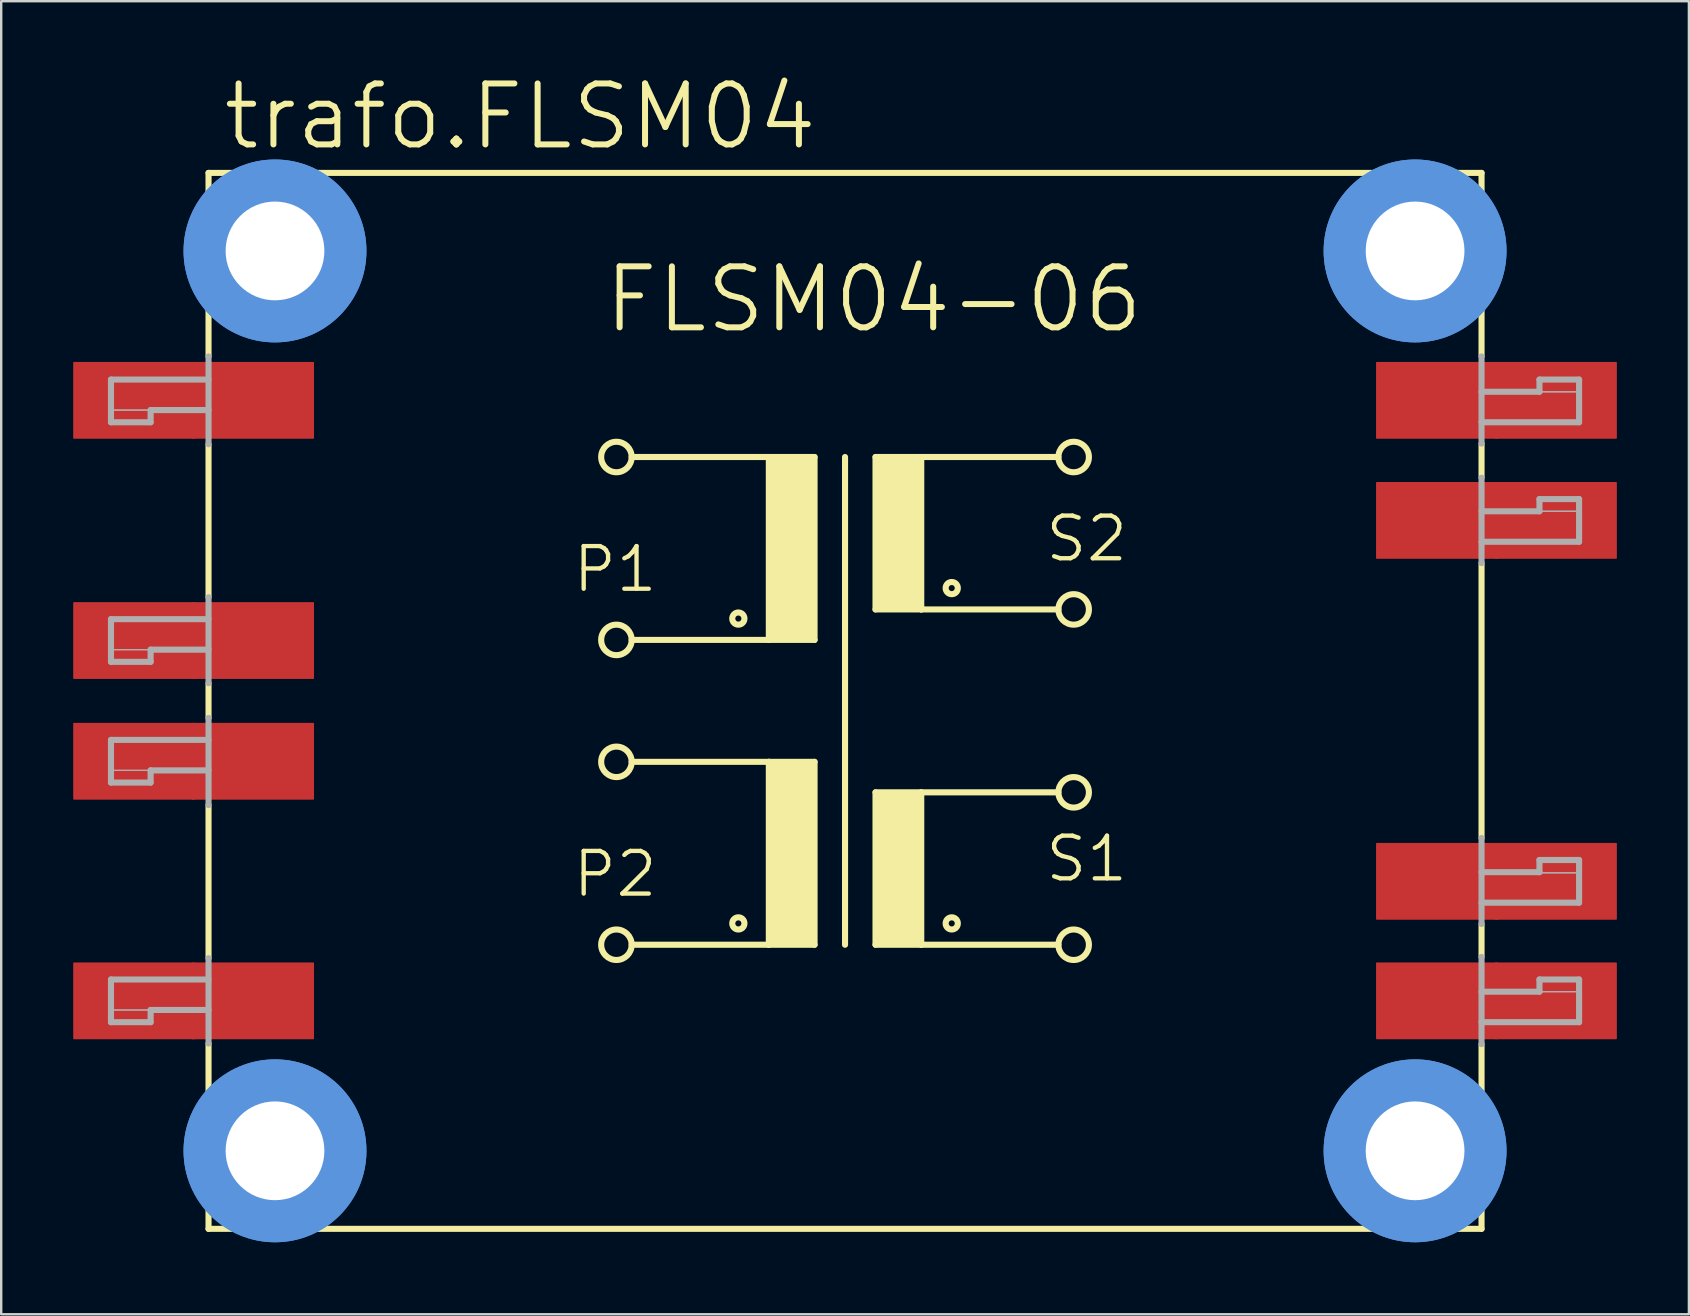
<source format=kicad_pcb>
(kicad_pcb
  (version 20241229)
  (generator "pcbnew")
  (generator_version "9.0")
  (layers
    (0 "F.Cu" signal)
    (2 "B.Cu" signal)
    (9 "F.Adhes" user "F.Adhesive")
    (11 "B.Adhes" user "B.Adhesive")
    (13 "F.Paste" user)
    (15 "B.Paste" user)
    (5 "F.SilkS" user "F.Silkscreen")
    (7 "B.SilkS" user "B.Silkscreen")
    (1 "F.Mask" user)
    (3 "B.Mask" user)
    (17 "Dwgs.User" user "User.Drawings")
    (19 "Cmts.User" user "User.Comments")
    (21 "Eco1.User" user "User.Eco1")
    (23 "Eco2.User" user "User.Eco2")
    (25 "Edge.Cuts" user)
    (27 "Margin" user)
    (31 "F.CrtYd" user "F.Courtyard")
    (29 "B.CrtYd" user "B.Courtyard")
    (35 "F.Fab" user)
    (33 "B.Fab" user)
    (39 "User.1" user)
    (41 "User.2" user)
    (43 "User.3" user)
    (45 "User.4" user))
  (footprint "trafo.FLSM04"
    (layer "F.Cu")
    (at 32.156 26.15)
    (property "Reference" "trafo.FLSM04" (at -26.035 -22.86 0) (layer "F.SilkS") (effects (font (size 2.54 2.54) (thickness 0.25)) (justify left bottom)))
    (attr smd)
    (fp_line (start -26.518 -14.351) (end -26.518 -21.996) (stroke (width 0.254) (type default)) (layer "F.SilkS"))
    (fp_line (start -26.518 -4.318) (end -26.518 -10.693) (stroke (width 0.254) (type default)) (layer "F.SilkS"))
    (fp_line (start -26.518 0.711) (end -26.518 -0.737) (stroke (width 0.254) (type default)) (layer "F.SilkS"))
    (fp_line (start -26.518 10.719) (end -26.518 4.343) (stroke (width 0.254) (type default)) (layer "F.SilkS"))
    (fp_line (start -26.518 21.996) (end -26.518 14.275) (stroke (width 0.254) (type default)) (layer "F.SilkS"))
    (fp_line (start -26.518 21.996) (end 26.518 21.996) (stroke (width 0.254) (type default)) (layer "F.SilkS"))
    (fp_line (start -8.89 -10.16) (end -3.175 -10.16) (stroke (width 0.254) (type default)) (layer "F.SilkS"))
    (fp_line (start -8.89 2.54) (end -3.175 2.54) (stroke (width 0.254) (type default)) (layer "F.SilkS"))
    (fp_line (start -3.175 -10.16) (end -3.175 -2.54) (stroke (width 0.254) (type default)) (layer "F.SilkS"))
    (fp_line (start -3.175 -10.16) (end -1.27 -10.16) (stroke (width 0.254) (type default)) (layer "F.SilkS"))
    (fp_line (start -3.175 -2.54) (end -8.89 -2.54) (stroke (width 0.254) (type default)) (layer "F.SilkS"))
    (fp_line (start -3.175 2.54) (end -3.175 10.16) (stroke (width 0.254) (type default)) (layer "F.SilkS"))
    (fp_line (start -3.175 2.54) (end -1.27 2.54) (stroke (width 0.254) (type default)) (layer "F.SilkS"))
    (fp_line (start -3.175 10.16) (end -8.89 10.16) (stroke (width 0.254) (type default)) (layer "F.SilkS"))
    (fp_line (start -1.27 -10.16) (end -1.27 -2.54) (stroke (width 0.254) (type default)) (layer "F.SilkS"))
    (fp_line (start -1.27 -2.54) (end -3.175 -2.54) (stroke (width 0.254) (type default)) (layer "F.SilkS"))
    (fp_line (start -1.27 2.54) (end -1.27 10.16) (stroke (width 0.254) (type default)) (layer "F.SilkS"))
    (fp_line (start -1.27 10.16) (end -3.175 10.16) (stroke (width 0.254) (type default)) (layer "F.SilkS"))
    (fp_line (start 0 -10.16) (end 0 10.16) (stroke (width 0.254) (type default)) (layer "F.SilkS"))
    (fp_line (start 1.27 -10.16) (end 1.27 -3.81) (stroke (width 0.254) (type default)) (layer "F.SilkS"))
    (fp_line (start 1.27 -10.16) (end 3.175 -10.16) (stroke (width 0.254) (type default)) (layer "F.SilkS"))
    (fp_line (start 1.27 -3.81) (end 3.175 -3.81) (stroke (width 0.254) (type default)) (layer "F.SilkS"))
    (fp_line (start 1.27 3.81) (end 1.27 10.16) (stroke (width 0.254) (type default)) (layer "F.SilkS"))
    (fp_line (start 1.27 3.81) (end 3.175 3.81) (stroke (width 0.254) (type default)) (layer "F.SilkS"))
    (fp_line (start 1.27 10.16) (end 3.175 10.16) (stroke (width 0.254) (type default)) (layer "F.SilkS"))
    (fp_line (start 3.175 -10.16) (end 8.89 -10.16) (stroke (width 0.254) (type default)) (layer "F.SilkS"))
    (fp_line (start 3.175 -3.81) (end 3.175 -10.16) (stroke (width 0.254) (type default)) (layer "F.SilkS"))
    (fp_line (start 3.175 -3.81) (end 8.89 -3.81) (stroke (width 0.254) (type default)) (layer "F.SilkS"))
    (fp_line (start 3.175 3.81) (end 8.89 3.81) (stroke (width 0.254) (type default)) (layer "F.SilkS"))
    (fp_line (start 3.175 10.16) (end 3.175 3.81) (stroke (width 0.254) (type default)) (layer "F.SilkS"))
    (fp_line (start 3.175 10.16) (end 8.89 10.16) (stroke (width 0.254) (type default)) (layer "F.SilkS"))
    (fp_line (start 26.518 -21.996) (end -26.518 -21.996) (stroke (width 0.254) (type default)) (layer "F.SilkS"))
    (fp_line (start 26.518 -21.996) (end 26.518 -14.351) (stroke (width 0.254) (type default)) (layer "F.SilkS"))
    (fp_line (start 26.518 -10.719) (end 26.518 -9.296) (stroke (width 0.254) (type default)) (layer "F.SilkS"))
    (fp_line (start 26.518 -5.74) (end 26.518 5.715) (stroke (width 0.254) (type default)) (layer "F.SilkS"))
    (fp_line (start 26.518 9.296) (end 26.518 10.668) (stroke (width 0.254) (type default)) (layer "F.SilkS"))
    (fp_line (start 26.518 14.3) (end 26.518 21.996) (stroke (width 0.254) (type default)) (layer "F.SilkS"))
    (fp_rect (start -3.175 -2.54) (end -1.27 -10.16) (stroke (width 0.05) (type default)) (fill yes) (layer "F.SilkS"))
    (fp_rect (start -3.175 10.16) (end -1.27 2.54) (stroke (width 0.05) (type default)) (fill yes) (layer "F.SilkS"))
    (fp_rect (start 1.27 -3.81) (end 3.175 -10.16) (stroke (width 0.05) (type default)) (fill yes) (layer "F.SilkS"))
    (fp_rect (start 1.27 10.16) (end 3.175 3.81) (stroke (width 0.05) (type default)) (fill yes) (layer "F.SilkS"))
    (fp_circle (center -9.525 -10.16) (end -8.89 -10.16) (stroke (width 0.254) (type default)) (fill no) (layer "F.SilkS"))
    (fp_circle (center -9.525 -2.54) (end -8.89 -2.54) (stroke (width 0.254) (type default)) (fill no) (layer "F.SilkS"))
    (fp_circle (center -9.525 2.54) (end -8.89 2.54) (stroke (width 0.254) (type default)) (fill no) (layer "F.SilkS"))
    (fp_circle (center -9.525 10.16) (end -8.89 10.16) (stroke (width 0.254) (type default)) (fill no) (layer "F.SilkS"))
    (fp_circle (center -4.445 -3.429) (end -4.191 -3.429) (stroke (width 0.254) (type default)) (fill no) (layer "F.SilkS"))
    (fp_circle (center -4.445 9.271) (end -4.191 9.271) (stroke (width 0.254) (type default)) (fill no) (layer "F.SilkS"))
    (fp_circle (center 4.445 -4.699) (end 4.699 -4.699) (stroke (width 0.254) (type default)) (fill no) (layer "F.SilkS"))
    (fp_circle (center 4.445 9.271) (end 4.699 9.271) (stroke (width 0.254) (type default)) (fill no) (layer "F.SilkS"))
    (fp_circle (center 9.525 -10.16) (end 10.16 -10.16) (stroke (width 0.254) (type default)) (fill no) (layer "F.SilkS"))
    (fp_circle (center 9.525 -3.81) (end 10.16 -3.81) (stroke (width 0.254) (type default)) (fill no) (layer "F.SilkS"))
    (fp_circle (center 9.525 3.81) (end 10.16 3.81) (stroke (width 0.254) (type default)) (fill no) (layer "F.SilkS"))
    (fp_circle (center 9.525 10.16) (end 10.16 10.16) (stroke (width 0.254) (type default)) (fill no) (layer "F.SilkS"))
    (fp_circle (center -23.749 -18.745) (end -20.828 -18.745) (stroke (width 1.778) (type default)) (fill no) (layer "Cmts.User"))
    (fp_circle (center -23.749 -18.745) (end -20.828 -18.745) (stroke (width 1.778) (type default)) (fill no) (layer "Cmts.User"))
    (fp_circle (center -23.749 18.745) (end -20.828 18.745) (stroke (width 1.778) (type default)) (fill no) (layer "Cmts.User"))
    (fp_circle (center -23.749 18.745) (end -20.828 18.745) (stroke (width 1.778) (type default)) (fill no) (layer "Cmts.User"))
    (fp_circle (center 23.749 -18.745) (end 26.67 -18.745) (stroke (width 1.778) (type default)) (fill no) (layer "Cmts.User"))
    (fp_circle (center 23.749 -18.745) (end 26.67 -18.745) (stroke (width 1.778) (type default)) (fill no) (layer "Cmts.User"))
    (fp_circle (center 23.749 18.745) (end 26.67 18.745) (stroke (width 1.778) (type default)) (fill no) (layer "Cmts.User"))
    (fp_circle (center 23.749 18.745) (end 26.67 18.745) (stroke (width 1.778) (type default)) (fill no) (layer "Cmts.User"))
    (fp_line (start -30.582 -11.608) (end -30.582 -13.386) (stroke (width 0.254) (type default)) (layer "F.Fab"))
    (fp_line (start -30.582 -11.608) (end -28.931 -11.608) (stroke (width 0.254) (type default)) (layer "F.Fab"))
    (fp_line (start -30.582 -1.626) (end -30.582 -3.404) (stroke (width 0.254) (type default)) (layer "F.Fab"))
    (fp_line (start -30.582 -1.626) (end -28.931 -1.626) (stroke (width 0.254) (type default)) (layer "F.Fab"))
    (fp_line (start -30.582 3.404) (end -30.582 1.626) (stroke (width 0.254) (type default)) (layer "F.Fab"))
    (fp_line (start -30.582 3.404) (end -28.931 3.404) (stroke (width 0.254) (type default)) (layer "F.Fab"))
    (fp_line (start -30.582 13.386) (end -30.582 11.608) (stroke (width 0.254) (type default)) (layer "F.Fab"))
    (fp_line (start -30.582 13.386) (end -28.931 13.386) (stroke (width 0.254) (type default)) (layer "F.Fab"))
    (fp_line (start -28.931 -12.116) (end -28.931 -11.608) (stroke (width 0.254) (type default)) (layer "F.Fab"))
    (fp_line (start -28.931 -12.116) (end -26.518 -12.116) (stroke (width 0.254) (type default)) (layer "F.Fab"))
    (fp_line (start -28.931 -2.134) (end -28.931 -1.626) (stroke (width 0.254) (type default)) (layer "F.Fab"))
    (fp_line (start -28.931 -2.134) (end -26.518 -2.134) (stroke (width 0.254) (type default)) (layer "F.Fab"))
    (fp_line (start -28.931 2.896) (end -28.931 3.404) (stroke (width 0.254) (type default)) (layer "F.Fab"))
    (fp_line (start -28.931 2.896) (end -26.518 2.896) (stroke (width 0.254) (type default)) (layer "F.Fab"))
    (fp_line (start -28.931 12.878) (end -28.931 13.386) (stroke (width 0.254) (type default)) (layer "F.Fab"))
    (fp_line (start -28.931 12.878) (end -26.518 12.878) (stroke (width 0.254) (type default)) (layer "F.Fab"))
    (fp_line (start -26.518 -13.386) (end -30.582 -13.386) (stroke (width 0.254) (type default)) (layer "F.Fab"))
    (fp_line (start -26.518 -10.693) (end -26.518 -14.351) (stroke (width 0.254) (type default)) (layer "F.Fab"))
    (fp_line (start -26.518 -3.404) (end -30.582 -3.404) (stroke (width 0.254) (type default)) (layer "F.Fab"))
    (fp_line (start -26.518 -0.737) (end -26.518 -4.318) (stroke (width 0.254) (type default)) (layer "F.Fab"))
    (fp_line (start -26.518 1.626) (end -30.582 1.626) (stroke (width 0.254) (type default)) (layer "F.Fab"))
    (fp_line (start -26.518 4.343) (end -26.518 0.711) (stroke (width 0.254) (type default)) (layer "F.Fab"))
    (fp_line (start -26.518 11.608) (end -30.582 11.608) (stroke (width 0.254) (type default)) (layer "F.Fab"))
    (fp_line (start -26.518 14.275) (end -26.518 10.719) (stroke (width 0.254) (type default)) (layer "F.Fab"))
    (fp_line (start 26.518 -14.351) (end 26.518 -10.719) (stroke (width 0.254) (type default)) (layer "F.Fab"))
    (fp_line (start 26.518 -11.608) (end 30.582 -11.608) (stroke (width 0.254) (type default)) (layer "F.Fab"))
    (fp_line (start 26.518 -9.296) (end 26.518 -5.74) (stroke (width 0.254) (type default)) (layer "F.Fab"))
    (fp_line (start 26.518 -6.629) (end 30.582 -6.629) (stroke (width 0.254) (type default)) (layer "F.Fab"))
    (fp_line (start 26.518 5.715) (end 26.518 9.296) (stroke (width 0.254) (type default)) (layer "F.Fab"))
    (fp_line (start 26.518 8.407) (end 30.582 8.407) (stroke (width 0.254) (type default)) (layer "F.Fab"))
    (fp_line (start 26.518 10.668) (end 26.518 14.3) (stroke (width 0.254) (type default)) (layer "F.Fab"))
    (fp_line (start 26.518 13.386) (end 30.582 13.386) (stroke (width 0.254) (type default)) (layer "F.Fab"))
    (fp_line (start 28.931 -12.878) (end 26.518 -12.878) (stroke (width 0.254) (type default)) (layer "F.Fab"))
    (fp_line (start 28.931 -12.878) (end 28.931 -13.386) (stroke (width 0.254) (type default)) (layer "F.Fab"))
    (fp_line (start 28.931 -7.899) (end 26.518 -7.899) (stroke (width 0.254) (type default)) (layer "F.Fab"))
    (fp_line (start 28.931 -7.899) (end 28.931 -8.407) (stroke (width 0.254) (type default)) (layer "F.Fab"))
    (fp_line (start 28.931 7.137) (end 26.518 7.137) (stroke (width 0.254) (type default)) (layer "F.Fab"))
    (fp_line (start 28.931 7.137) (end 28.931 6.629) (stroke (width 0.254) (type default)) (layer "F.Fab"))
    (fp_line (start 28.931 12.116) (end 26.518 12.116) (stroke (width 0.254) (type default)) (layer "F.Fab"))
    (fp_line (start 28.931 12.116) (end 28.931 11.608) (stroke (width 0.254) (type default)) (layer "F.Fab"))
    (fp_line (start 30.582 -13.386) (end 28.931 -13.386) (stroke (width 0.254) (type default)) (layer "F.Fab"))
    (fp_line (start 30.582 -13.386) (end 30.582 -11.608) (stroke (width 0.254) (type default)) (layer "F.Fab"))
    (fp_line (start 30.582 -8.407) (end 28.931 -8.407) (stroke (width 0.254) (type default)) (layer "F.Fab"))
    (fp_line (start 30.582 -8.407) (end 30.582 -6.629) (stroke (width 0.254) (type default)) (layer "F.Fab"))
    (fp_line (start 30.582 6.629) (end 28.931 6.629) (stroke (width 0.254) (type default)) (layer "F.Fab"))
    (fp_line (start 30.582 6.629) (end 30.582 8.407) (stroke (width 0.254) (type default)) (layer "F.Fab"))
    (fp_line (start 30.582 11.608) (end 28.931 11.608) (stroke (width 0.254) (type default)) (layer "F.Fab"))
    (fp_line (start 30.582 11.608) (end 30.582 13.386) (stroke (width 0.254) (type default)) (layer "F.Fab"))
    (fp_rect (start -30.607 -1.626) (end -28.956 -2.134) (stroke (width 0.05) (type default)) (fill no) (layer "F.Fab"))
    (fp_rect (start -30.582 -12.116) (end -26.518 -13.386) (stroke (width 0.05) (type default)) (fill no) (layer "F.Fab"))
    (fp_rect (start -30.582 -11.608) (end -28.931 -12.116) (stroke (width 0.05) (type default)) (fill no) (layer "F.Fab"))
    (fp_rect (start -30.582 -2.134) (end -26.518 -3.404) (stroke (width 0.05) (type default)) (fill no) (layer "F.Fab"))
    (fp_rect (start -30.582 2.896) (end -26.518 1.626) (stroke (width 0.05) (type default)) (fill no) (layer "F.Fab"))
    (fp_rect (start -30.582 3.404) (end -28.931 2.896) (stroke (width 0.05) (type default)) (fill no) (layer "F.Fab"))
    (fp_rect (start -30.582 12.878) (end -26.518 11.608) (stroke (width 0.05) (type default)) (fill no) (layer "F.Fab"))
    (fp_rect (start -30.582 13.386) (end -28.931 12.878) (stroke (width 0.05) (type default)) (fill no) (layer "F.Fab"))
    (fp_rect (start 26.518 -11.608) (end 30.582 -12.878) (stroke (width 0.05) (type default)) (fill no) (layer "F.Fab"))
    (fp_rect (start 26.518 -6.629) (end 30.582 -7.899) (stroke (width 0.05) (type default)) (fill no) (layer "F.Fab"))
    (fp_rect (start 26.518 8.433) (end 30.582 7.163) (stroke (width 0.05) (type default)) (fill no) (layer "F.Fab"))
    (fp_rect (start 26.518 13.386) (end 30.582 12.116) (stroke (width 0.05) (type default)) (fill no) (layer "F.Fab"))
    (fp_rect (start 28.931 -12.878) (end 30.582 -13.386) (stroke (width 0.05) (type default)) (fill no) (layer "F.Fab"))
    (fp_rect (start 28.931 -7.899) (end 30.582 -8.407) (stroke (width 0.05) (type default)) (fill no) (layer "F.Fab"))
    (fp_rect (start 28.931 7.163) (end 30.582 6.655) (stroke (width 0.05) (type default)) (fill no) (layer "F.Fab"))
    (fp_rect (start 28.931 12.116) (end 30.582 11.608) (stroke (width 0.05) (type default)) (fill no) (layer "F.Fab"))
    (fp_text user "P1" (at -11.43 -4.445 0) (layer "F.SilkS") (effects (font (size 1.778 1.778) (thickness 0.18)) (justify left bottom)))
    (fp_text user "FLSM04-06" (at -10.16 -15.24 0) (layer "F.SilkS") (effects (font (size 2.54 2.54) (thickness 0.25)) (justify left bottom)))
    (fp_text user "S1" (at 8.255 7.62 0) (layer "F.SilkS") (effects (font (size 1.778 1.778) (thickness 0.18)) (justify left bottom)))
    (fp_text user "P2" (at -11.43 8.255 0) (layer "F.SilkS") (effects (font (size 1.778 1.778) (thickness 0.18)) (justify left bottom)))
    (fp_text user "S2" (at 8.255 -5.715 0) (layer "F.SilkS") (effects (font (size 1.778 1.778) (thickness 0.18)) (justify left bottom)))
    (pad "" np_thru_hole circle (at -23.749 -18.745) (size 4.115 4.115) (drill 4.115) (layers "*.Cu" "*.Mask"))
    (pad "" np_thru_hole circle (at -23.749 18.745) (size 4.115 4.115) (drill 4.115) (layers "*.Cu" "*.Mask"))
    (pad "" np_thru_hole circle (at 23.749 -18.745) (size 4.115 4.115) (drill 4.115) (layers "*.Cu" "*.Mask"))
    (pad "" np_thru_hole circle (at 23.749 18.745) (size 4.115 4.115) (drill 4.115) (layers "*.Cu" "*.Mask"))
    (pad "1" smd roundrect (at -29.616 -12.522) (size 5.08 3.2) (layers "F.Cu" "F.Mask" "F.Paste") (roundrect_rratio 0.01))
    (pad "1A" smd roundrect (at -24.663 -12.522) (size 5.08 3.2) (layers "F.Cu" "F.Mask" "F.Paste") (roundrect_rratio 0.01))
    (pad "2" smd roundrect (at -29.616 -2.515) (size 5.08 3.2) (layers "F.Cu" "F.Mask" "F.Paste") (roundrect_rratio 0.01))
    (pad "2A" smd roundrect (at -24.663 -2.515) (size 5.08 3.2) (layers "F.Cu" "F.Mask" "F.Paste") (roundrect_rratio 0.01))
    (pad "3" smd roundrect (at -29.616 2.515) (size 5.08 3.2) (layers "F.Cu" "F.Mask" "F.Paste") (roundrect_rratio 0.01))
    (pad "3A" smd roundrect (at -24.663 2.515) (size 5.08 3.2) (layers "F.Cu" "F.Mask" "F.Paste") (roundrect_rratio 0.01))
    (pad "4" smd roundrect (at -29.616 12.497) (size 5.08 3.2) (layers "F.Cu" "F.Mask" "F.Paste") (roundrect_rratio 0.01))
    (pad "4A" smd roundrect (at -24.663 12.497) (size 5.08 3.2) (layers "F.Cu" "F.Mask" "F.Paste") (roundrect_rratio 0.01))
    (pad "5" smd roundrect (at 29.616 12.497) (size 5.08 3.2) (layers "F.Cu" "F.Mask" "F.Paste") (roundrect_rratio 0.01))
    (pad "5A" smd roundrect (at 24.663 12.497) (size 5.08 3.2) (layers "F.Cu" "F.Mask" "F.Paste") (roundrect_rratio 0.01))
    (pad "6" smd roundrect (at 29.616 7.518) (size 5.08 3.2) (layers "F.Cu" "F.Mask" "F.Paste") (roundrect_rratio 0.01))
    (pad "6A" smd roundrect (at 24.663 7.518) (size 5.08 3.2) (layers "F.Cu" "F.Mask" "F.Paste") (roundrect_rratio 0.01))
    (pad "7" smd roundrect (at 29.616 -7.518) (size 5.08 3.2) (layers "F.Cu" "F.Mask" "F.Paste") (roundrect_rratio 0.01))
    (pad "7A" smd roundrect (at 24.663 -7.518) (size 5.08 3.2) (layers "F.Cu" "F.Mask" "F.Paste") (roundrect_rratio 0.01))
    (pad "8" smd roundrect (at 29.616 -12.522) (size 5.08 3.2) (layers "F.Cu" "F.Mask" "F.Paste") (roundrect_rratio 0.01))
    (pad "8A" smd roundrect (at 24.663 -12.522) (size 5.08 3.2) (layers "F.Cu" "F.Mask" "F.Paste") (roundrect_rratio 0.01)))
  (gr_rect
    (start -3 -3)
    (end 67.313 51.705)
    (stroke (width 0.1) (type default))
    (fill no)
    (layer "Edge.Cuts")))
</source>
